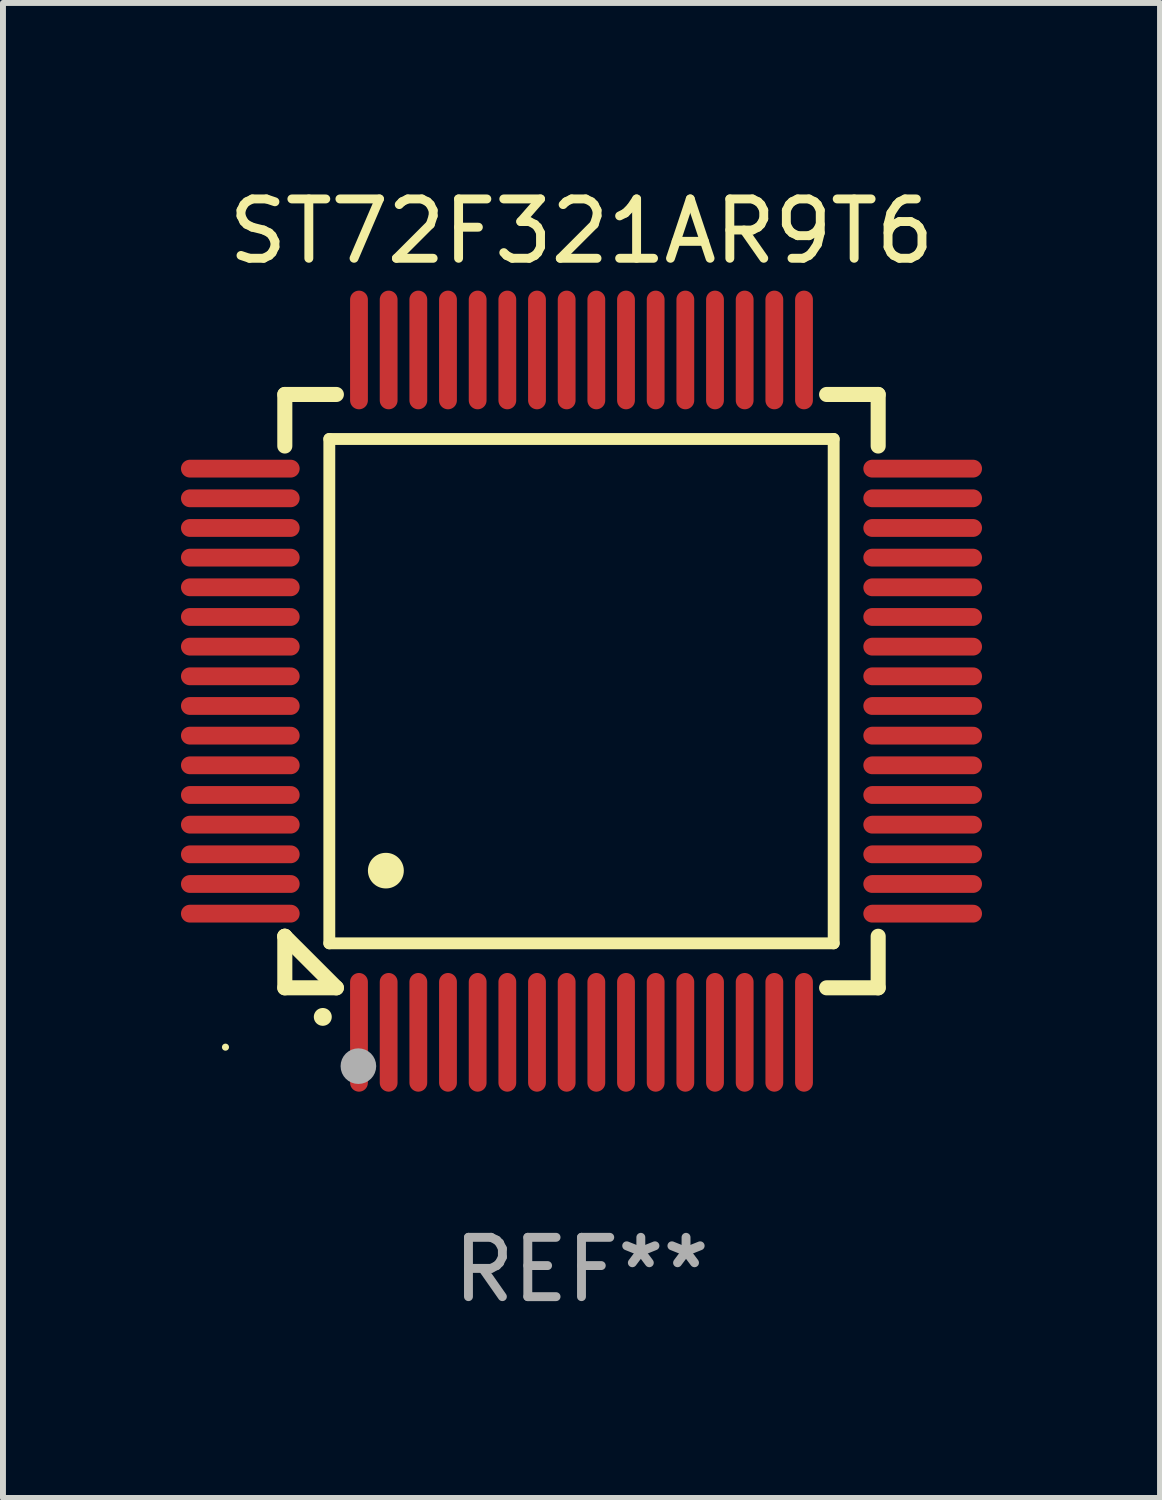
<source format=kicad_pcb>
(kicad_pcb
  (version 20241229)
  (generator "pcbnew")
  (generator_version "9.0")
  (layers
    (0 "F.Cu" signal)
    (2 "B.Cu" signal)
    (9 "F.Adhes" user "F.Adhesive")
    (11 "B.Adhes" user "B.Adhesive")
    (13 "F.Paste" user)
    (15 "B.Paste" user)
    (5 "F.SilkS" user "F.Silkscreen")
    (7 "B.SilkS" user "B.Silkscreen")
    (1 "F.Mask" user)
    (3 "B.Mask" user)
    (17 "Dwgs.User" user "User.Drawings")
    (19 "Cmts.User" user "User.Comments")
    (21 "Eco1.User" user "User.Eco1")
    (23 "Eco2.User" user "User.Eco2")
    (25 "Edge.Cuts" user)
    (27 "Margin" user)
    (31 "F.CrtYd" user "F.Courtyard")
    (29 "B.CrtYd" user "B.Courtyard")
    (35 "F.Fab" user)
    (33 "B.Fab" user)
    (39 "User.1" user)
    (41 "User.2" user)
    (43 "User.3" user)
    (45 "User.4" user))
  (footprint "ST72F321AR9T6"
    (layer "F.Cu")
    (at 6.75 8.598)
    (property "Reference" "ST72F321AR9T6" (at 0 -7.75 0) (layer "F.SilkS") (effects (font (size 1 1) (thickness 0.15))))
    (attr through_hole)
    (fp_line (start -5 -5) (end -4.131 -5) (stroke (width 0.254) (type solid)) (layer "F.SilkS"))
    (fp_line (start -5 -4.131) (end -5 -5) (stroke (width 0.254) (type solid)) (layer "F.SilkS"))
    (fp_line (start -5 4.131) (end -5 4.131) (stroke (width 0.254) (type solid)) (layer "F.SilkS"))
    (fp_line (start -5 5) (end -5 4.131) (stroke (width 0.254) (type solid)) (layer "F.SilkS"))
    (fp_line (start -5 4.131) (end -4.131 5) (stroke (width 0.254) (type solid)) (layer "F.SilkS"))
    (fp_line (start -4.25 -4.25) (end -4.25 4.25) (stroke (width 0.2) (type solid)) (layer "F.SilkS"))
    (fp_line (start -4.25 4.25) (end 4.25 4.25) (stroke (width 0.2) (type solid)) (layer "F.SilkS"))
    (fp_line (start -4.131 5) (end -5 5) (stroke (width 0.254) (type solid)) (layer "F.SilkS"))
    (fp_line (start 4.25 -4.25) (end -4.25 -4.25) (stroke (width 0.2) (type solid)) (layer "F.SilkS"))
    (fp_line (start 4.25 4.25) (end 4.25 -4.25) (stroke (width 0.2) (type solid)) (layer "F.SilkS"))
    (fp_line (start 5 -5) (end 4.131 -5) (stroke (width 0.254) (type solid)) (layer "F.SilkS"))
    (fp_line (start 5 -5) (end 5 -4.131) (stroke (width 0.254) (type solid)) (layer "F.SilkS"))
    (fp_line (start 5 4.131) (end 5 5) (stroke (width 0.254) (type solid)) (layer "F.SilkS"))
    (fp_line (start 5 5) (end 4.131 5) (stroke (width 0.254) (type solid)) (layer "F.SilkS"))
    (fp_arc (start -4.361265 5.489992) (mid -4.359995 5.489987) (end -4.358725 5.489992) (stroke (width 0.3) (type solid)) (layer "F.SilkS"))
    (fp_arc (start -3.299467 3.025146) (mid -3.296927 3.025135) (end -3.294387 3.025146) (stroke (width 0.6) (type solid)) (layer "F.SilkS"))
    (fp_circle (center -6 6) (end -5.97 6) (stroke (width 0.06) (type solid)) (fill no) (layer "F.SilkS"))
    (fp_circle (center -3.76 6.32) (end -3.61 6.32) (stroke (width 0.3) (type solid)) (fill no) (layer "F.Fab"))
    (fp_text user "REF**" (at 0 9.75 0) (layer "F.Fab") (effects (font (size 1 1) (thickness 0.15))))
    (pad "1" smd oval (at -3.75 5.75) (size 0.3 2) (layers "F.Cu" "F.Mask" "F.Paste"))
    (pad "2" smd oval (at -3.25 5.75) (size 0.3 2) (layers "F.Cu" "F.Mask" "F.Paste"))
    (pad "3" smd oval (at -2.75 5.75) (size 0.3 2) (layers "F.Cu" "F.Mask" "F.Paste"))
    (pad "4" smd oval (at -2.25 5.75) (size 0.3 2) (layers "F.Cu" "F.Mask" "F.Paste"))
    (pad "5" smd oval (at -1.75 5.75) (size 0.3 2) (layers "F.Cu" "F.Mask" "F.Paste"))
    (pad "6" smd oval (at -1.25 5.75) (size 0.3 2) (layers "F.Cu" "F.Mask" "F.Paste"))
    (pad "7" smd oval (at -0.75 5.75) (size 0.3 2) (layers "F.Cu" "F.Mask" "F.Paste"))
    (pad "8" smd oval (at -0.25 5.75) (size 0.3 2) (layers "F.Cu" "F.Mask" "F.Paste"))
    (pad "9" smd oval (at 0.25 5.75) (size 0.3 2) (layers "F.Cu" "F.Mask" "F.Paste"))
    (pad "10" smd oval (at 0.75 5.75) (size 0.3 2) (layers "F.Cu" "F.Mask" "F.Paste"))
    (pad "11" smd oval (at 1.25 5.75) (size 0.3 2) (layers "F.Cu" "F.Mask" "F.Paste"))
    (pad "12" smd oval (at 1.75 5.75) (size 0.3 2) (layers "F.Cu" "F.Mask" "F.Paste"))
    (pad "13" smd oval (at 2.25 5.75) (size 0.3 2) (layers "F.Cu" "F.Mask" "F.Paste"))
    (pad "14" smd oval (at 2.75 5.75) (size 0.3 2) (layers "F.Cu" "F.Mask" "F.Paste"))
    (pad "15" smd oval (at 3.25 5.75) (size 0.3 2) (layers "F.Cu" "F.Mask" "F.Paste"))
    (pad "16" smd oval (at 3.75 5.75) (size 0.3 2) (layers "F.Cu" "F.Mask" "F.Paste"))
    (pad "17" smd oval (at 5.75 3.75) (size 2 0.3) (layers "F.Cu" "F.Mask" "F.Paste"))
    (pad "18" smd oval (at 5.75 3.25) (size 2 0.3) (layers "F.Cu" "F.Mask" "F.Paste"))
    (pad "19" smd oval (at 5.75 2.75) (size 2 0.3) (layers "F.Cu" "F.Mask" "F.Paste"))
    (pad "20" smd oval (at 5.75 2.25) (size 2 0.3) (layers "F.Cu" "F.Mask" "F.Paste"))
    (pad "21" smd oval (at 5.75 1.75) (size 2 0.3) (layers "F.Cu" "F.Mask" "F.Paste"))
    (pad "22" smd oval (at 5.75 1.25) (size 2 0.3) (layers "F.Cu" "F.Mask" "F.Paste"))
    (pad "23" smd oval (at 5.75 0.75) (size 2 0.3) (layers "F.Cu" "F.Mask" "F.Paste"))
    (pad "24" smd oval (at 5.75 0.25) (size 2 0.3) (layers "F.Cu" "F.Mask" "F.Paste"))
    (pad "25" smd oval (at 5.75 -0.25) (size 2 0.3) (layers "F.Cu" "F.Mask" "F.Paste"))
    (pad "26" smd oval (at 5.75 -0.75) (size 2 0.3) (layers "F.Cu" "F.Mask" "F.Paste"))
    (pad "27" smd oval (at 5.75 -1.25) (size 2 0.3) (layers "F.Cu" "F.Mask" "F.Paste"))
    (pad "28" smd oval (at 5.75 -1.75) (size 2 0.3) (layers "F.Cu" "F.Mask" "F.Paste"))
    (pad "29" smd oval (at 5.75 -2.25) (size 2 0.3) (layers "F.Cu" "F.Mask" "F.Paste"))
    (pad "30" smd oval (at 5.75 -2.75) (size 2 0.3) (layers "F.Cu" "F.Mask" "F.Paste"))
    (pad "31" smd oval (at 5.75 -3.25) (size 2 0.3) (layers "F.Cu" "F.Mask" "F.Paste"))
    (pad "32" smd oval (at 5.75 -3.75) (size 2 0.3) (layers "F.Cu" "F.Mask" "F.Paste"))
    (pad "33" smd oval (at 3.75 -5.75) (size 0.3 2) (layers "F.Cu" "F.Mask" "F.Paste"))
    (pad "34" smd oval (at 3.25 -5.75) (size 0.3 2) (layers "F.Cu" "F.Mask" "F.Paste"))
    (pad "35" smd oval (at 2.75 -5.75) (size 0.3 2) (layers "F.Cu" "F.Mask" "F.Paste"))
    (pad "36" smd oval (at 2.25 -5.75) (size 0.3 2) (layers "F.Cu" "F.Mask" "F.Paste"))
    (pad "37" smd oval (at 1.75 -5.75) (size 0.3 2) (layers "F.Cu" "F.Mask" "F.Paste"))
    (pad "38" smd oval (at 1.25 -5.75) (size 0.3 2) (layers "F.Cu" "F.Mask" "F.Paste"))
    (pad "39" smd oval (at 0.75 -5.75) (size 0.3 2) (layers "F.Cu" "F.Mask" "F.Paste"))
    (pad "40" smd oval (at 0.25 -5.75) (size 0.3 2) (layers "F.Cu" "F.Mask" "F.Paste"))
    (pad "41" smd oval (at -0.25 -5.75) (size 0.3 2) (layers "F.Cu" "F.Mask" "F.Paste"))
    (pad "42" smd oval (at -0.75 -5.75) (size 0.3 2) (layers "F.Cu" "F.Mask" "F.Paste"))
    (pad "43" smd oval (at -1.25 -5.75) (size 0.3 2) (layers "F.Cu" "F.Mask" "F.Paste"))
    (pad "44" smd oval (at -1.75 -5.75) (size 0.3 2) (layers "F.Cu" "F.Mask" "F.Paste"))
    (pad "45" smd oval (at -2.25 -5.75) (size 0.3 2) (layers "F.Cu" "F.Mask" "F.Paste"))
    (pad "46" smd oval (at -2.75 -5.75) (size 0.3 2) (layers "F.Cu" "F.Mask" "F.Paste"))
    (pad "47" smd oval (at -3.25 -5.75) (size 0.3 2) (layers "F.Cu" "F.Mask" "F.Paste"))
    (pad "48" smd oval (at -3.75 -5.75) (size 0.3 2) (layers "F.Cu" "F.Mask" "F.Paste"))
    (pad "49" smd oval (at -5.75 -3.75) (size 2 0.3) (layers "F.Cu" "F.Mask" "F.Paste"))
    (pad "50" smd oval (at -5.75 -3.25) (size 2 0.3) (layers "F.Cu" "F.Mask" "F.Paste"))
    (pad "51" smd oval (at -5.75 -2.75) (size 2 0.3) (layers "F.Cu" "F.Mask" "F.Paste"))
    (pad "52" smd oval (at -5.75 -2.25) (size 2 0.3) (layers "F.Cu" "F.Mask" "F.Paste"))
    (pad "53" smd oval (at -5.75 -1.75) (size 2 0.3) (layers "F.Cu" "F.Mask" "F.Paste"))
    (pad "54" smd oval (at -5.75 -1.25) (size 2 0.3) (layers "F.Cu" "F.Mask" "F.Paste"))
    (pad "55" smd oval (at -5.75 -0.75) (size 2 0.3) (layers "F.Cu" "F.Mask" "F.Paste"))
    (pad "56" smd oval (at -5.75 -0.25) (size 2 0.3) (layers "F.Cu" "F.Mask" "F.Paste"))
    (pad "57" smd oval (at -5.75 0.25) (size 2 0.3) (layers "F.Cu" "F.Mask" "F.Paste"))
    (pad "58" smd oval (at -5.75 0.75) (size 2 0.3) (layers "F.Cu" "F.Mask" "F.Paste"))
    (pad "59" smd oval (at -5.75 1.25) (size 2 0.3) (layers "F.Cu" "F.Mask" "F.Paste"))
    (pad "60" smd oval (at -5.75 1.75) (size 2 0.3) (layers "F.Cu" "F.Mask" "F.Paste"))
    (pad "61" smd oval (at -5.75 2.25) (size 2 0.3) (layers "F.Cu" "F.Mask" "F.Paste"))
    (pad "62" smd oval (at -5.75 2.75) (size 2 0.3) (layers "F.Cu" "F.Mask" "F.Paste"))
    (pad "63" smd oval (at -5.75 3.25) (size 2 0.3) (layers "F.Cu" "F.Mask" "F.Paste"))
    (pad "64" smd oval (at -5.75 3.75) (size 2 0.3) (layers "F.Cu" "F.Mask" "F.Paste")))
  (gr_rect
    (start -3 -3)
    (end 16.5 22.196)
    (stroke (width 0.1) (type default))
    (fill no)
    (layer "Edge.Cuts")))
</source>
